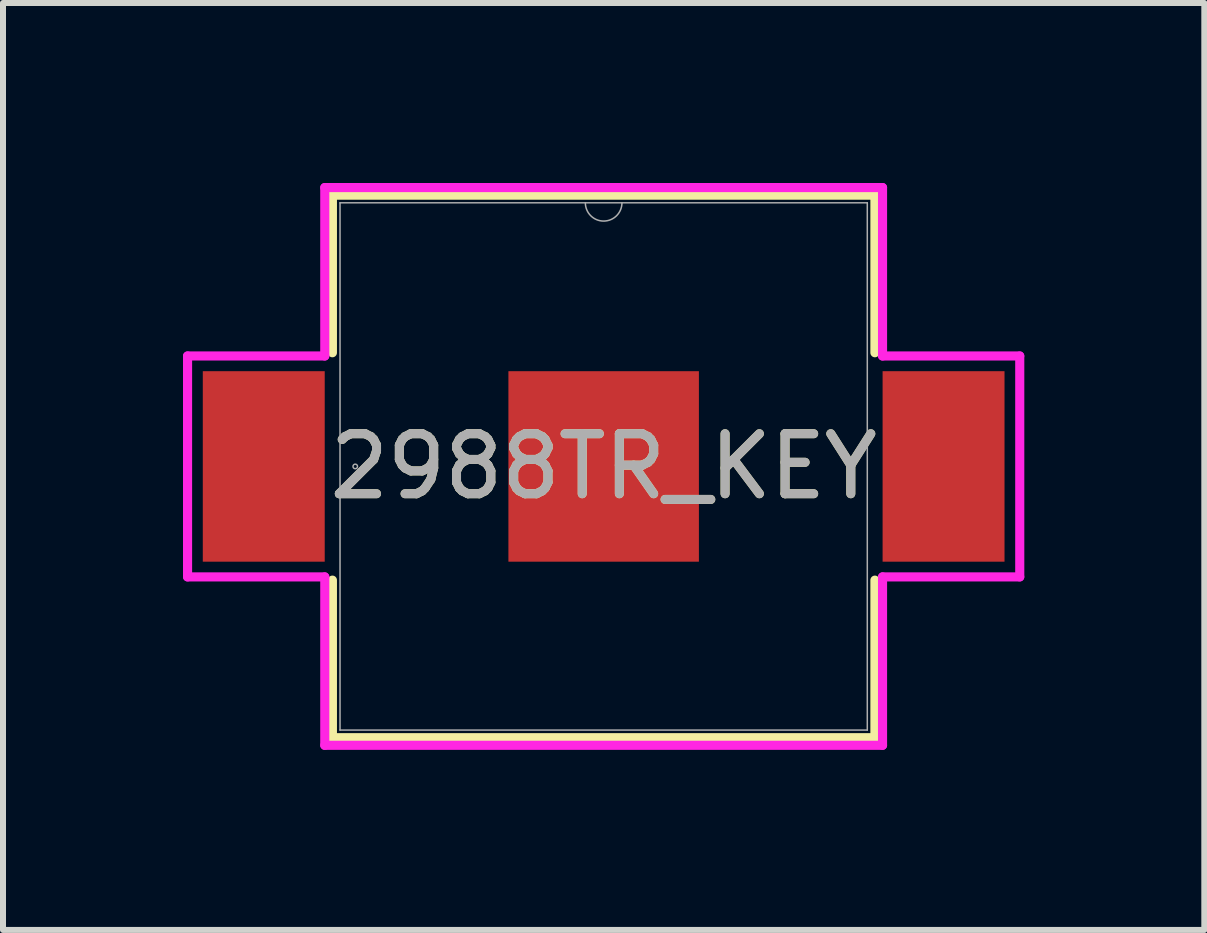
<source format=kicad_pcb>
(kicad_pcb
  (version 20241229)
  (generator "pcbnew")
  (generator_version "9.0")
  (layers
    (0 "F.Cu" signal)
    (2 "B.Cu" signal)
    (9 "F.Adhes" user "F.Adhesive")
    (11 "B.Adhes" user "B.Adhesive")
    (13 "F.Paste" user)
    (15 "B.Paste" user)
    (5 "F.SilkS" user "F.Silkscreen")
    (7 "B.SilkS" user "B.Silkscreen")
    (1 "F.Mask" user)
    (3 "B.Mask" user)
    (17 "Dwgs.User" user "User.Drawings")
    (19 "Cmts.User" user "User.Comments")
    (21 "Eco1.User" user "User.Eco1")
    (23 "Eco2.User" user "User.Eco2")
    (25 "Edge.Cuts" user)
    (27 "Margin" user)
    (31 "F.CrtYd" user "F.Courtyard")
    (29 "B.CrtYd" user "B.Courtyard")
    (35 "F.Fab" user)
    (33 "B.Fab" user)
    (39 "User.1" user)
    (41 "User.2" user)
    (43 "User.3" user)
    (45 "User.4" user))
  (footprint "2988TR_KEY"
    (layer "F.Cu")
    (at 7.011 4.724)
    (property "Reference" "2988TR_KEY" (at 0 0 0) (unlocked yes) (layer "F.SilkS") (effects (font (size 1 1) (thickness 0.15))))
    (attr smd)
    (fp_line (start -4.521 -4.521) (end -4.521 -1.895) (stroke (width 0.152) (type solid)) (layer "F.SilkS"))
    (fp_line (start -4.521 1.895) (end -4.521 4.521) (stroke (width 0.152) (type solid)) (layer "F.SilkS"))
    (fp_line (start -4.521 4.521) (end 4.521 4.521) (stroke (width 0.152) (type solid)) (layer "F.SilkS"))
    (fp_line (start 4.521 -4.521) (end -4.521 -4.521) (stroke (width 0.152) (type solid)) (layer "F.SilkS"))
    (fp_line (start 4.521 -1.895) (end 4.521 -4.521) (stroke (width 0.152) (type solid)) (layer "F.SilkS"))
    (fp_line (start 4.521 4.521) (end 4.521 1.895) (stroke (width 0.152) (type solid)) (layer "F.SilkS"))
    (fp_poly (pts (xy -1.488 -1.488) (xy -1.488 -0.1) (xy -0.1 -0.1) (xy -0.1 -1.488)) (stroke (width 0) (type solid)) (fill yes) (layer "F.Paste"))
    (fp_poly (pts (xy -1.488 0.1) (xy -1.488 1.488) (xy -0.1 1.488) (xy -0.1 0.1)) (stroke (width 0) (type solid)) (fill yes) (layer "F.Paste"))
    (fp_poly (pts (xy 0.1 -1.488) (xy 0.1 -0.1) (xy 1.488 -0.1) (xy 1.488 -1.488)) (stroke (width 0) (type solid)) (fill yes) (layer "F.Paste"))
    (fp_poly (pts (xy 0.1 0.1) (xy 0.1 1.488) (xy 1.488 1.488) (xy 1.488 0.1)) (stroke (width 0) (type solid)) (fill yes) (layer "F.Paste"))
    (fp_line (start -6.935 -1.841) (end -4.648 -1.841) (stroke (width 0.152) (type solid)) (layer "F.CrtYd"))
    (fp_line (start -6.935 1.841) (end -6.935 -1.841) (stroke (width 0.152) (type solid)) (layer "F.CrtYd"))
    (fp_line (start -6.935 1.841) (end -4.648 1.841) (stroke (width 0.152) (type solid)) (layer "F.CrtYd"))
    (fp_line (start -4.648 -4.648) (end 4.648 -4.648) (stroke (width 0.152) (type solid)) (layer "F.CrtYd"))
    (fp_line (start -4.648 -1.841) (end -4.648 -4.648) (stroke (width 0.152) (type solid)) (layer "F.CrtYd"))
    (fp_line (start -4.648 4.648) (end -4.648 1.841) (stroke (width 0.152) (type solid)) (layer "F.CrtYd"))
    (fp_line (start 4.648 -4.648) (end 4.648 -1.841) (stroke (width 0.152) (type solid)) (layer "F.CrtYd"))
    (fp_line (start 4.648 1.841) (end 4.648 4.648) (stroke (width 0.152) (type solid)) (layer "F.CrtYd"))
    (fp_line (start 4.648 4.648) (end -4.648 4.648) (stroke (width 0.152) (type solid)) (layer "F.CrtYd"))
    (fp_line (start 6.935 -1.841) (end 4.648 -1.841) (stroke (width 0.152) (type solid)) (layer "F.CrtYd"))
    (fp_line (start 6.935 -1.841) (end 6.935 1.841) (stroke (width 0.152) (type solid)) (layer "F.CrtYd"))
    (fp_line (start 6.935 1.841) (end 4.648 1.841) (stroke (width 0.152) (type solid)) (layer "F.CrtYd"))
    (fp_line (start -4.394 -4.394) (end -4.394 4.394) (stroke (width 0.025) (type solid)) (layer "F.Fab"))
    (fp_line (start -4.394 4.394) (end 4.394 4.394) (stroke (width 0.025) (type solid)) (layer "F.Fab"))
    (fp_line (start 4.394 -4.394) (end -4.394 -4.394) (stroke (width 0.025) (type solid)) (layer "F.Fab"))
    (fp_line (start 4.394 4.394) (end 4.394 -4.394) (stroke (width 0.025) (type solid)) (layer "F.Fab"))
    (fp_arc (start 0.3048 -4.3942) (mid 0 -4.0894) (end -0.3048 -4.3942) (stroke (width 0.0254) (type solid)) (layer "F.Fab"))
    (fp_circle (center -4.14 0) (end -4.102 0) (stroke (width 0.025) (type solid)) (fill no) (layer "F.Fab"))
    (fp_text user "${REFERENCE}" (at 0 0 0) (unlocked yes) (layer "F.Fab") (effects (font (size 1 1) (thickness 0.15))))
    (pad "1" smd rect (at -5.665 0) (size 2.032 3.175) (layers "F.Cu" "F.Mask" "F.Paste"))
    (pad "2" smd rect (at 5.665 0) (size 2.032 3.175) (layers "F.Cu" "F.Mask" "F.Paste"))
    (pad "3" smd rect (at 0 0) (size 3.175 3.175) (layers "F.Cu" "F.Mask")))
  (gr_rect
    (start -3 -3)
    (end 17.022 12.449)
    (stroke (width 0.1) (type default))
    (fill no)
    (layer "Edge.Cuts")))
</source>
